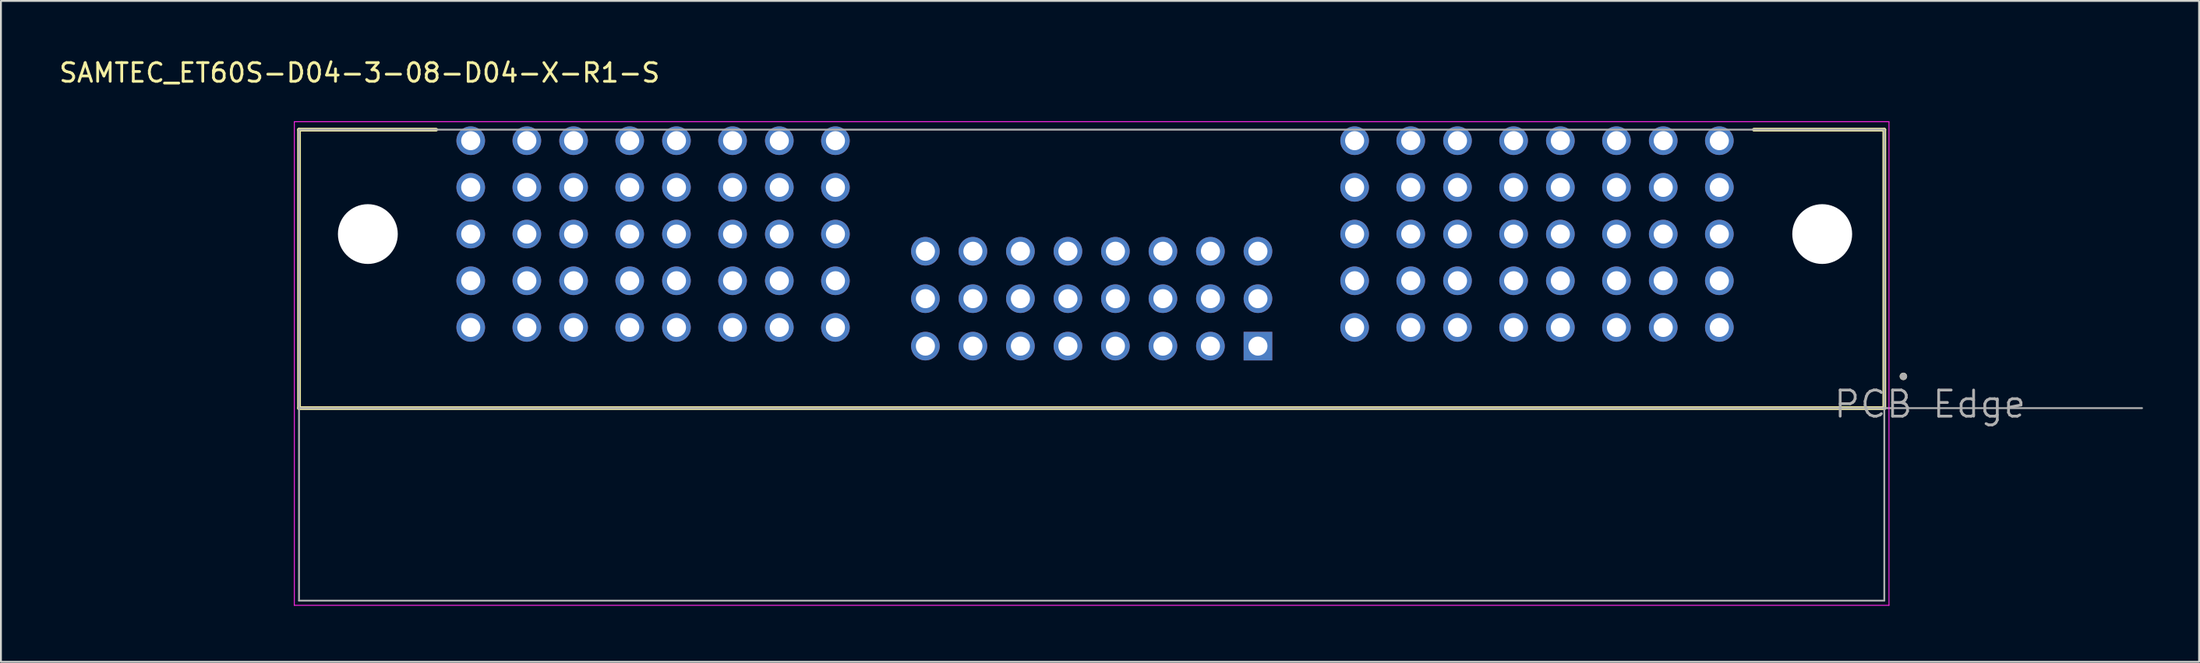
<source format=kicad_pcb>
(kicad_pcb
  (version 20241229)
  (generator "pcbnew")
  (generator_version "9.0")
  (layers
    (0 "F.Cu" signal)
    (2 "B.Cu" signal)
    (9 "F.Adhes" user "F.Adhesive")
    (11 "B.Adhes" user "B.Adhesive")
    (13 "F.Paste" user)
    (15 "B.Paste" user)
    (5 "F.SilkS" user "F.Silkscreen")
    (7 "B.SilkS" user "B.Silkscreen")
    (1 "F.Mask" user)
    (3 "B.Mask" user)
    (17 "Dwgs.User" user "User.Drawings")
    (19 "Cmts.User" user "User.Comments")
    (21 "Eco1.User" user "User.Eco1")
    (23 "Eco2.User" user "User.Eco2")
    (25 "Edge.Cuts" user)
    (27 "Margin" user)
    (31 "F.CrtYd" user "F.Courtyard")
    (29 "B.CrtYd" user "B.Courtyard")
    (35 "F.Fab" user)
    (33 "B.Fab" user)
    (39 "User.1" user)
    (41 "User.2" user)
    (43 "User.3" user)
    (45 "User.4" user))
  (footprint "SAMTEC_ET60S-D04-3-08-D04-X-R1-S"
    (layer "F.Cu")
    (at 55.498 9.483)
    (property "Reference" "SAMTEC_ET60S-D04-3-08-D04-X-R1-S" (at -39.325 -8.635 0) (layer "F.SilkS") (effects (font (size 1 1) (thickness 0.15))))
    (attr through_hole)
    (fp_line (start -42.56 -5.59) (end -42.56 9.32) (stroke (width 0.2) (type solid)) (layer "F.SilkS"))
    (fp_line (start -42.56 -5.59) (end -35.23 -5.59) (stroke (width 0.2) (type solid)) (layer "F.SilkS"))
    (fp_line (start -42.56 9.32) (end 42.2 9.32) (stroke (width 0.2) (type solid)) (layer "F.SilkS"))
    (fp_line (start 35.23 -5.59) (end 42.2 -5.59) (stroke (width 0.2) (type solid)) (layer "F.SilkS"))
    (fp_line (start 42.2 9.32) (end 42.2 -5.59) (stroke (width 0.2) (type solid)) (layer "F.SilkS"))
    (fp_circle (center 43.22 7.62) (end 43.32 7.62) (stroke (width 0.2) (type solid)) (fill no) (layer "F.SilkS"))
    (fp_line (start -42.81 -6.015) (end 42.45 -6.015) (stroke (width 0.05) (type solid)) (layer "F.CrtYd"))
    (fp_line (start -42.81 19.88) (end -42.81 -6.015) (stroke (width 0.05) (type solid)) (layer "F.CrtYd"))
    (fp_line (start 42.45 -6.015) (end 42.45 19.88) (stroke (width 0.05) (type solid)) (layer "F.CrtYd"))
    (fp_line (start 42.45 19.88) (end -42.81 19.88) (stroke (width 0.05) (type solid)) (layer "F.CrtYd"))
    (fp_line (start -42.56 9.32) (end -42.56 -5.59) (stroke (width 0.1) (type solid)) (layer "F.Fab"))
    (fp_line (start -42.56 9.32) (end 55.98 9.32) (stroke (width 0.1) (type solid)) (layer "F.Fab"))
    (fp_line (start -42.56 19.63) (end -42.56 9.32) (stroke (width 0.1) (type solid)) (layer "F.Fab"))
    (fp_line (start -42.56 19.63) (end 42.2 19.63) (stroke (width 0.1) (type solid)) (layer "F.Fab"))
    (fp_line (start 42.2 -5.59) (end -42.56 -5.59) (stroke (width 0.1) (type solid)) (layer "F.Fab"))
    (fp_line (start 42.2 19.63) (end 42.2 -5.59) (stroke (width 0.1) (type solid)) (layer "F.Fab"))
    (fp_circle (center 43.22 7.62) (end 43.32 7.62) (stroke (width 0.2) (type solid)) (fill no) (layer "F.Fab"))
    (fp_text user "PCB Edge" (at 44.641 9.111 0) (layer "F.Fab") (effects (font (size 1.4 1.4) (thickness 0.15))))
    (pad "" np_thru_hole circle (at -38.88 0) (size 3.2 3.2) (drill 3.2) (layers "*.Cu" "*.Mask"))
    (pad "" np_thru_hole circle (at 38.88 0) (size 3.2 3.2) (drill 3.2) (layers "*.Cu" "*.Mask"))
    (pad "01" thru_hole rect (at 8.71 6) (size 1.53 1.53) (drill 1.02) (layers "*.Cu" "*.Mask"))
    (pad "02" thru_hole circle (at 6.17 6) (size 1.53 1.53) (drill 1.02) (layers "*.Cu" "*.Mask"))
    (pad "03" thru_hole circle (at 3.63 6) (size 1.53 1.53) (drill 1.02) (layers "*.Cu" "*.Mask"))
    (pad "04" thru_hole circle (at 1.09 6) (size 1.53 1.53) (drill 1.02) (layers "*.Cu" "*.Mask"))
    (pad "05" thru_hole circle (at -1.45 6) (size 1.53 1.53) (drill 1.02) (layers "*.Cu" "*.Mask"))
    (pad "06" thru_hole circle (at -3.99 6) (size 1.53 1.53) (drill 1.02) (layers "*.Cu" "*.Mask"))
    (pad "07" thru_hole circle (at -6.53 6) (size 1.53 1.53) (drill 1.02) (layers "*.Cu" "*.Mask"))
    (pad "08" thru_hole circle (at -9.07 6) (size 1.53 1.53) (drill 1.02) (layers "*.Cu" "*.Mask"))
    (pad "09" thru_hole circle (at 8.71 3.46) (size 1.53 1.53) (drill 1.02) (layers "*.Cu" "*.Mask"))
    (pad "10" thru_hole circle (at 6.17 3.46) (size 1.53 1.53) (drill 1.02) (layers "*.Cu" "*.Mask"))
    (pad "11" thru_hole circle (at 3.63 3.46) (size 1.53 1.53) (drill 1.02) (layers "*.Cu" "*.Mask"))
    (pad "12" thru_hole circle (at 1.09 3.46) (size 1.53 1.53) (drill 1.02) (layers "*.Cu" "*.Mask"))
    (pad "13" thru_hole circle (at -1.45 3.46) (size 1.53 1.53) (drill 1.02) (layers "*.Cu" "*.Mask"))
    (pad "14" thru_hole circle (at -3.99 3.46) (size 1.53 1.53) (drill 1.02) (layers "*.Cu" "*.Mask"))
    (pad "15" thru_hole circle (at -6.53 3.46) (size 1.53 1.53) (drill 1.02) (layers "*.Cu" "*.Mask"))
    (pad "16" thru_hole circle (at -9.07 3.46) (size 1.53 1.53) (drill 1.02) (layers "*.Cu" "*.Mask"))
    (pad "17" thru_hole circle (at 8.71 0.92) (size 1.53 1.53) (drill 1.02) (layers "*.Cu" "*.Mask"))
    (pad "18" thru_hole circle (at 6.17 0.92) (size 1.53 1.53) (drill 1.02) (layers "*.Cu" "*.Mask"))
    (pad "19" thru_hole circle (at 3.63 0.92) (size 1.53 1.53) (drill 1.02) (layers "*.Cu" "*.Mask"))
    (pad "20" thru_hole circle (at 1.09 0.92) (size 1.53 1.53) (drill 1.02) (layers "*.Cu" "*.Mask"))
    (pad "21" thru_hole circle (at -1.45 0.92) (size 1.53 1.53) (drill 1.02) (layers "*.Cu" "*.Mask"))
    (pad "22" thru_hole circle (at -3.99 0.92) (size 1.53 1.53) (drill 1.02) (layers "*.Cu" "*.Mask"))
    (pad "23" thru_hole circle (at -6.53 0.92) (size 1.53 1.53) (drill 1.02) (layers "*.Cu" "*.Mask"))
    (pad "24" thru_hole circle (at -9.07 0.92) (size 1.53 1.53) (drill 1.02) (layers "*.Cu" "*.Mask"))
    (pad "P01_1" thru_hole circle (at 33.38 -5) (size 1.53 1.53) (drill 1.02) (layers "*.Cu" "*.Mask"))
    (pad "P01_2" thru_hole circle (at 33.38 -2.5) (size 1.53 1.53) (drill 1.02) (layers "*.Cu" "*.Mask"))
    (pad "P01_3" thru_hole circle (at 33.38 0) (size 1.53 1.53) (drill 1.02) (layers "*.Cu" "*.Mask"))
    (pad "P01_4" thru_hole circle (at 33.38 2.5) (size 1.53 1.53) (drill 1.02) (layers "*.Cu" "*.Mask"))
    (pad "P01_5" thru_hole circle (at 33.38 5) (size 1.53 1.53) (drill 1.02) (layers "*.Cu" "*.Mask"))
    (pad "P01_6" thru_hole circle (at 30.38 5) (size 1.53 1.53) (drill 1.02) (layers "*.Cu" "*.Mask"))
    (pad "P01_7" thru_hole circle (at 30.38 2.5) (size 1.53 1.53) (drill 1.02) (layers "*.Cu" "*.Mask"))
    (pad "P01_8" thru_hole circle (at 30.38 0) (size 1.53 1.53) (drill 1.02) (layers "*.Cu" "*.Mask"))
    (pad "P01_9" thru_hole circle (at 30.38 -2.5) (size 1.53 1.53) (drill 1.02) (layers "*.Cu" "*.Mask"))
    (pad "P01_10" thru_hole circle (at 30.38 -5) (size 1.53 1.53) (drill 1.02) (layers "*.Cu" "*.Mask"))
    (pad "P02_1" thru_hole circle (at 27.88 -5) (size 1.53 1.53) (drill 1.02) (layers "*.Cu" "*.Mask"))
    (pad "P02_2" thru_hole circle (at 27.88 -2.5) (size 1.53 1.53) (drill 1.02) (layers "*.Cu" "*.Mask"))
    (pad "P02_3" thru_hole circle (at 27.88 0) (size 1.53 1.53) (drill 1.02) (layers "*.Cu" "*.Mask"))
    (pad "P02_4" thru_hole circle (at 27.88 2.5) (size 1.53 1.53) (drill 1.02) (layers "*.Cu" "*.Mask"))
    (pad "P02_5" thru_hole circle (at 27.88 5) (size 1.53 1.53) (drill 1.02) (layers "*.Cu" "*.Mask"))
    (pad "P02_6" thru_hole circle (at 24.88 5) (size 1.53 1.53) (drill 1.02) (layers "*.Cu" "*.Mask"))
    (pad "P02_7" thru_hole circle (at 24.88 2.5) (size 1.53 1.53) (drill 1.02) (layers "*.Cu" "*.Mask"))
    (pad "P02_8" thru_hole circle (at 24.88 0) (size 1.53 1.53) (drill 1.02) (layers "*.Cu" "*.Mask"))
    (pad "P02_9" thru_hole circle (at 24.88 -2.5) (size 1.53 1.53) (drill 1.02) (layers "*.Cu" "*.Mask"))
    (pad "P02_10" thru_hole circle (at 24.88 -5) (size 1.53 1.53) (drill 1.02) (layers "*.Cu" "*.Mask"))
    (pad "P03_1" thru_hole circle (at 22.38 -5) (size 1.53 1.53) (drill 1.02) (layers "*.Cu" "*.Mask"))
    (pad "P03_2" thru_hole circle (at 22.38 -2.5) (size 1.53 1.53) (drill 1.02) (layers "*.Cu" "*.Mask"))
    (pad "P03_3" thru_hole circle (at 22.38 0) (size 1.53 1.53) (drill 1.02) (layers "*.Cu" "*.Mask"))
    (pad "P03_4" thru_hole circle (at 22.38 2.5) (size 1.53 1.53) (drill 1.02) (layers "*.Cu" "*.Mask"))
    (pad "P03_5" thru_hole circle (at 22.38 5) (size 1.53 1.53) (drill 1.02) (layers "*.Cu" "*.Mask"))
    (pad "P03_6" thru_hole circle (at 19.38 5) (size 1.53 1.53) (drill 1.02) (layers "*.Cu" "*.Mask"))
    (pad "P03_7" thru_hole circle (at 19.38 2.5) (size 1.53 1.53) (drill 1.02) (layers "*.Cu" "*.Mask"))
    (pad "P03_8" thru_hole circle (at 19.38 0) (size 1.53 1.53) (drill 1.02) (layers "*.Cu" "*.Mask"))
    (pad "P03_9" thru_hole circle (at 19.38 -2.5) (size 1.53 1.53) (drill 1.02) (layers "*.Cu" "*.Mask"))
    (pad "P03_10" thru_hole circle (at 19.38 -5) (size 1.53 1.53) (drill 1.02) (layers "*.Cu" "*.Mask"))
    (pad "P04_1" thru_hole circle (at 16.88 -5) (size 1.53 1.53) (drill 1.02) (layers "*.Cu" "*.Mask"))
    (pad "P04_2" thru_hole circle (at 16.88 -2.5) (size 1.53 1.53) (drill 1.02) (layers "*.Cu" "*.Mask"))
    (pad "P04_3" thru_hole circle (at 16.88 0) (size 1.53 1.53) (drill 1.02) (layers "*.Cu" "*.Mask"))
    (pad "P04_4" thru_hole circle (at 16.88 2.5) (size 1.53 1.53) (drill 1.02) (layers "*.Cu" "*.Mask"))
    (pad "P04_5" thru_hole circle (at 16.88 5) (size 1.53 1.53) (drill 1.02) (layers "*.Cu" "*.Mask"))
    (pad "P04_6" thru_hole circle (at 13.88 5) (size 1.53 1.53) (drill 1.02) (layers "*.Cu" "*.Mask"))
    (pad "P04_7" thru_hole circle (at 13.88 2.5) (size 1.53 1.53) (drill 1.02) (layers "*.Cu" "*.Mask"))
    (pad "P04_8" thru_hole circle (at 13.88 0) (size 1.53 1.53) (drill 1.02) (layers "*.Cu" "*.Mask"))
    (pad "P04_9" thru_hole circle (at 13.88 -2.5) (size 1.53 1.53) (drill 1.02) (layers "*.Cu" "*.Mask"))
    (pad "P04_10" thru_hole circle (at 13.88 -5) (size 1.53 1.53) (drill 1.02) (layers "*.Cu" "*.Mask"))
    (pad "P05_1" thru_hole circle (at -13.88 -5) (size 1.53 1.53) (drill 1.02) (layers "*.Cu" "*.Mask"))
    (pad "P05_2" thru_hole circle (at -13.88 -2.5) (size 1.53 1.53) (drill 1.02) (layers "*.Cu" "*.Mask"))
    (pad "P05_3" thru_hole circle (at -13.88 0) (size 1.53 1.53) (drill 1.02) (layers "*.Cu" "*.Mask"))
    (pad "P05_4" thru_hole circle (at -13.88 2.5) (size 1.53 1.53) (drill 1.02) (layers "*.Cu" "*.Mask"))
    (pad "P05_5" thru_hole circle (at -13.88 5) (size 1.53 1.53) (drill 1.02) (layers "*.Cu" "*.Mask"))
    (pad "P05_6" thru_hole circle (at -16.88 5) (size 1.53 1.53) (drill 1.02) (layers "*.Cu" "*.Mask"))
    (pad "P05_7" thru_hole circle (at -16.88 2.5) (size 1.53 1.53) (drill 1.02) (layers "*.Cu" "*.Mask"))
    (pad "P05_8" thru_hole circle (at -16.88 0) (size 1.53 1.53) (drill 1.02) (layers "*.Cu" "*.Mask"))
    (pad "P05_9" thru_hole circle (at -16.88 -2.5) (size 1.53 1.53) (drill 1.02) (layers "*.Cu" "*.Mask"))
    (pad "P05_10" thru_hole circle (at -16.88 -5) (size 1.53 1.53) (drill 1.02) (layers "*.Cu" "*.Mask"))
    (pad "P06_1" thru_hole circle (at -19.38 -5) (size 1.53 1.53) (drill 1.02) (layers "*.Cu" "*.Mask"))
    (pad "P06_2" thru_hole circle (at -19.38 -2.5) (size 1.53 1.53) (drill 1.02) (layers "*.Cu" "*.Mask"))
    (pad "P06_3" thru_hole circle (at -19.38 0) (size 1.53 1.53) (drill 1.02) (layers "*.Cu" "*.Mask"))
    (pad "P06_4" thru_hole circle (at -19.38 2.5) (size 1.53 1.53) (drill 1.02) (layers "*.Cu" "*.Mask"))
    (pad "P06_5" thru_hole circle (at -19.38 5) (size 1.53 1.53) (drill 1.02) (layers "*.Cu" "*.Mask"))
    (pad "P06_6" thru_hole circle (at -22.38 5) (size 1.53 1.53) (drill 1.02) (layers "*.Cu" "*.Mask"))
    (pad "P06_7" thru_hole circle (at -22.38 2.5) (size 1.53 1.53) (drill 1.02) (layers "*.Cu" "*.Mask"))
    (pad "P06_8" thru_hole circle (at -22.38 0) (size 1.53 1.53) (drill 1.02) (layers "*.Cu" "*.Mask"))
    (pad "P06_9" thru_hole circle (at -22.38 -2.5) (size 1.53 1.53) (drill 1.02) (layers "*.Cu" "*.Mask"))
    (pad "P06_10" thru_hole circle (at -22.38 -5) (size 1.53 1.53) (drill 1.02) (layers "*.Cu" "*.Mask"))
    (pad "P07_1" thru_hole circle (at -24.88 -5) (size 1.53 1.53) (drill 1.02) (layers "*.Cu" "*.Mask"))
    (pad "P07_2" thru_hole circle (at -24.88 -2.5) (size 1.53 1.53) (drill 1.02) (layers "*.Cu" "*.Mask"))
    (pad "P07_3" thru_hole circle (at -24.88 0) (size 1.53 1.53) (drill 1.02) (layers "*.Cu" "*.Mask"))
    (pad "P07_4" thru_hole circle (at -24.88 2.5) (size 1.53 1.53) (drill 1.02) (layers "*.Cu" "*.Mask"))
    (pad "P07_5" thru_hole circle (at -24.88 5) (size 1.53 1.53) (drill 1.02) (layers "*.Cu" "*.Mask"))
    (pad "P07_6" thru_hole circle (at -27.88 5) (size 1.53 1.53) (drill 1.02) (layers "*.Cu" "*.Mask"))
    (pad "P07_7" thru_hole circle (at -27.88 2.5) (size 1.53 1.53) (drill 1.02) (layers "*.Cu" "*.Mask"))
    (pad "P07_8" thru_hole circle (at -27.88 0) (size 1.53 1.53) (drill 1.02) (layers "*.Cu" "*.Mask"))
    (pad "P07_9" thru_hole circle (at -27.88 -2.5) (size 1.53 1.53) (drill 1.02) (layers "*.Cu" "*.Mask"))
    (pad "P07_10" thru_hole circle (at -27.88 -5) (size 1.53 1.53) (drill 1.02) (layers "*.Cu" "*.Mask"))
    (pad "P08_1" thru_hole circle (at -30.38 -5) (size 1.53 1.53) (drill 1.02) (layers "*.Cu" "*.Mask"))
    (pad "P08_2" thru_hole circle (at -30.38 -2.5) (size 1.53 1.53) (drill 1.02) (layers "*.Cu" "*.Mask"))
    (pad "P08_3" thru_hole circle (at -30.38 0) (size 1.53 1.53) (drill 1.02) (layers "*.Cu" "*.Mask"))
    (pad "P08_4" thru_hole circle (at -30.38 2.5) (size 1.53 1.53) (drill 1.02) (layers "*.Cu" "*.Mask"))
    (pad "P08_5" thru_hole circle (at -30.38 5) (size 1.53 1.53) (drill 1.02) (layers "*.Cu" "*.Mask"))
    (pad "P08_6" thru_hole circle (at -33.38 5) (size 1.53 1.53) (drill 1.02) (layers "*.Cu" "*.Mask"))
    (pad "P08_7" thru_hole circle (at -33.38 2.5) (size 1.53 1.53) (drill 1.02) (layers "*.Cu" "*.Mask"))
    (pad "P08_8" thru_hole circle (at -33.38 0) (size 1.53 1.53) (drill 1.02) (layers "*.Cu" "*.Mask"))
    (pad "P08_9" thru_hole circle (at -33.38 -2.5) (size 1.53 1.53) (drill 1.02) (layers "*.Cu" "*.Mask"))
    (pad "P08_10" thru_hole circle (at -33.38 -5) (size 1.53 1.53) (drill 1.02) (layers "*.Cu" "*.Mask")))
  (gr_rect
    (start -3 -3)
    (end 114.528 32.388)
    (stroke (width 0.1) (type default))
    (fill no)
    (layer "Edge.Cuts")))
</source>
